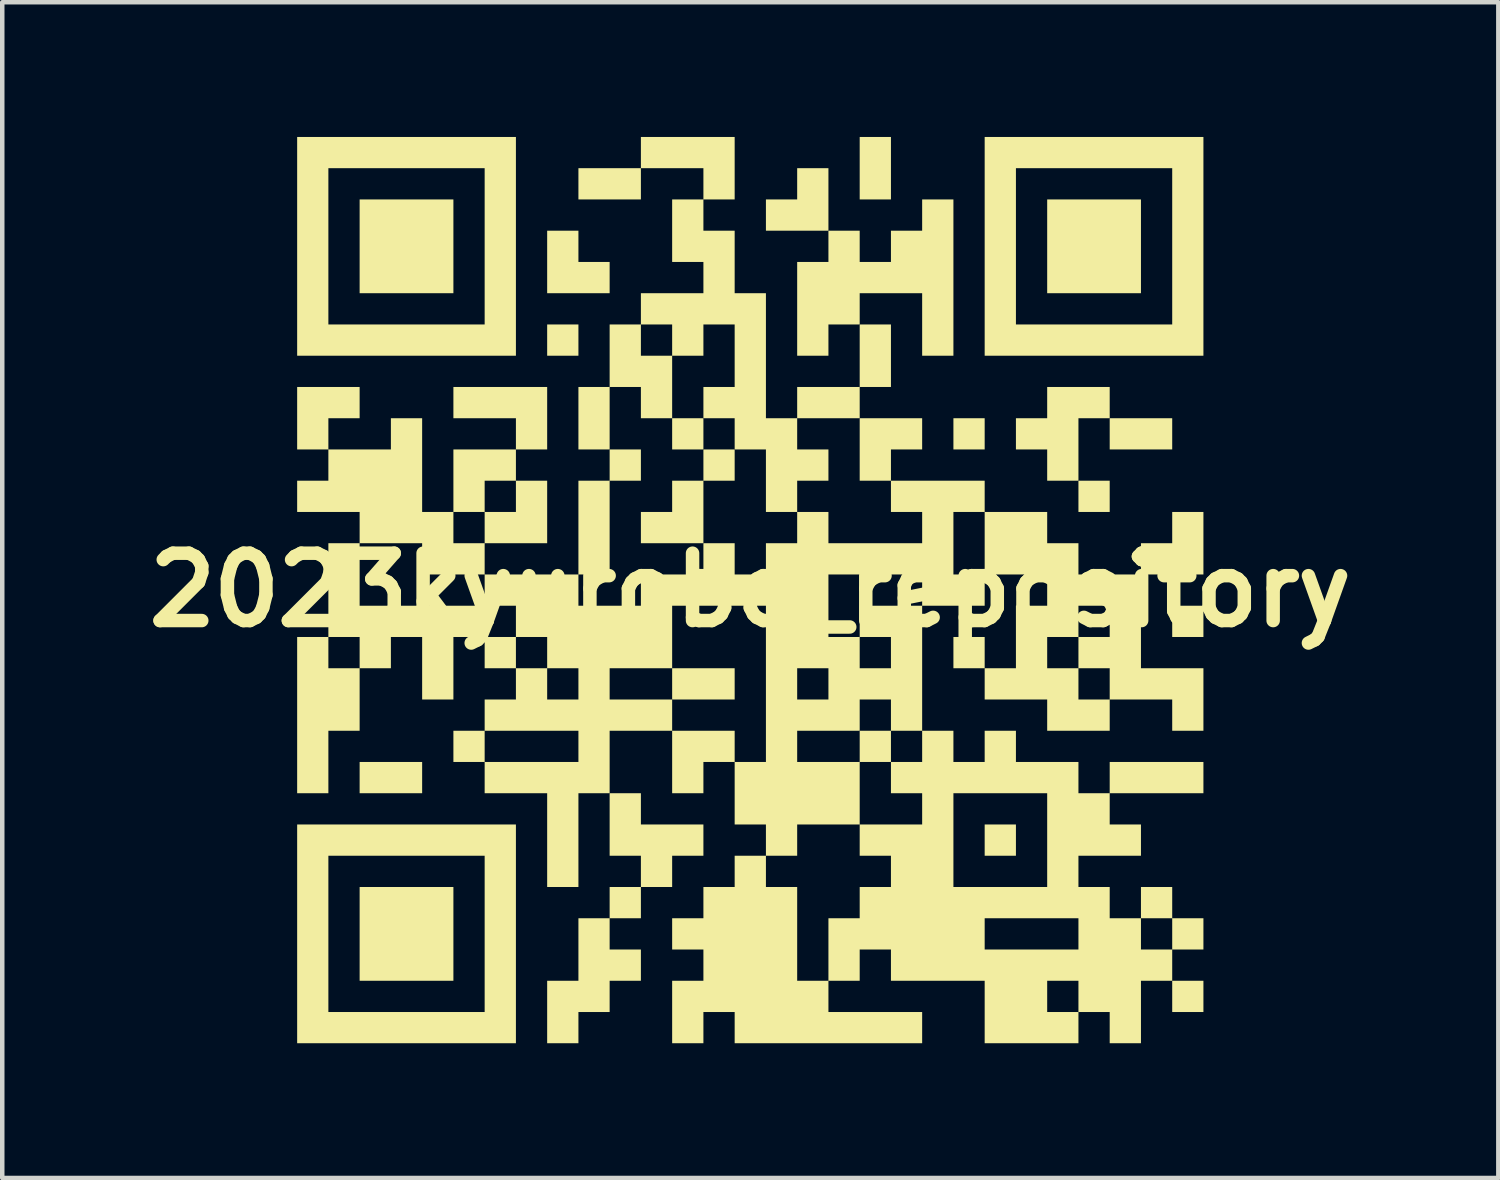
<source format=kicad_pcb>
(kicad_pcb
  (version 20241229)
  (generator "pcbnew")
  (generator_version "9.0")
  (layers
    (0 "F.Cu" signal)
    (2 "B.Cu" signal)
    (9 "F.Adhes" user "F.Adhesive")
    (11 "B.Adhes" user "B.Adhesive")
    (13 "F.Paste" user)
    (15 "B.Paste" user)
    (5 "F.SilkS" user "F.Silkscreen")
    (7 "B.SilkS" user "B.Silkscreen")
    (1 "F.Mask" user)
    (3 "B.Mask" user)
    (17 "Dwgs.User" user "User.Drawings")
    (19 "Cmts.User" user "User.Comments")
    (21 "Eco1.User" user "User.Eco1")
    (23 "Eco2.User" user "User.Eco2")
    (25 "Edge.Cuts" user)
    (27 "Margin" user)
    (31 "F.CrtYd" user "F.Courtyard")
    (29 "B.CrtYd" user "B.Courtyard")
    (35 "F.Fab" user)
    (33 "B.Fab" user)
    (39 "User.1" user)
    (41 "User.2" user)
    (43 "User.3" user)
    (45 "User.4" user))
  (footprint "2023kyurobo_repository"
    (layer "F.Cu")
    (at 13.657 10.09)
    (property "Reference" "2023kyurobo_repository" (at 0 0 0) (layer "F.SilkS") (effects (font (size 1.5 1.5) (thickness 0.3))))
    (attr board_only exclude_from_pos_files exclude_from_bom)
    (fp_poly (pts (xy -7.307 4.175) (xy -7.307 4.523) (xy -8.003 4.523) (xy -8.699 4.523) (xy -8.699 4.175) (xy -8.699 3.827) (xy -8.003 3.827) (xy -7.307 3.827)) (stroke (width 0) (type solid)) (fill yes) (layer "F.SilkS"))
    (fp_poly (pts (xy -6.611 -7.655) (xy -6.611 -6.611) (xy -7.655 -6.611) (xy -8.699 -6.611) (xy -8.699 -7.655) (xy -8.699 -8.699) (xy -7.655 -8.699) (xy -6.611 -8.699)) (stroke (width 0) (type solid)) (fill yes) (layer "F.SilkS"))
    (fp_poly (pts (xy -6.611 7.655) (xy -6.611 8.699) (xy -7.655 8.699) (xy -8.699 8.699) (xy -8.699 7.655) (xy -8.699 6.611) (xy -7.655 6.611) (xy -6.611 6.611)) (stroke (width 0) (type solid)) (fill yes) (layer "F.SilkS"))
    (fp_poly (pts (xy -3.827 -5.567) (xy -3.827 -5.219) (xy -4.175 -5.219) (xy -4.523 -5.219) (xy -4.523 -5.567) (xy -4.523 -5.915) (xy -4.175 -5.915) (xy -3.827 -5.915)) (stroke (width 0) (type solid)) (fill yes) (layer "F.SilkS"))
    (fp_poly (pts (xy -1.044 -3.479) (xy -1.044 -3.132) (xy -1.392 -3.132) (xy -1.74 -3.132) (xy -1.74 -3.479) (xy -1.74 -3.827) (xy -1.392 -3.827) (xy -1.044 -3.827)) (stroke (width 0) (type solid)) (fill yes) (layer "F.SilkS"))
    (fp_poly (pts (xy -0.348 2.088) (xy -0.348 2.436) (xy -1.044 2.436) (xy -1.74 2.436) (xy -1.74 2.088) (xy -1.74 1.74) (xy -1.044 1.74) (xy -0.348 1.74)) (stroke (width 0) (type solid)) (fill yes) (layer "F.SilkS"))
    (fp_poly (pts (xy 3.132 -9.395) (xy 3.132 -8.699) (xy 2.784 -8.699) (xy 2.436 -8.699) (xy 2.436 -9.395) (xy 2.436 -10.09) (xy 2.784 -10.09) (xy 3.132 -10.09)) (stroke (width 0) (type solid)) (fill yes) (layer "F.SilkS"))
    (fp_poly (pts (xy 3.132 3.479) (xy 3.132 3.827) (xy 2.784 3.827) (xy 2.436 3.827) (xy 2.436 3.479) (xy 2.436 3.132) (xy 2.784 3.132) (xy 3.132 3.132)) (stroke (width 0) (type solid)) (fill yes) (layer "F.SilkS"))
    (fp_poly (pts (xy 5.219 -3.479) (xy 5.219 -3.132) (xy 4.871 -3.132) (xy 4.523 -3.132) (xy 4.523 -3.479) (xy 4.523 -3.827) (xy 4.871 -3.827) (xy 5.219 -3.827)) (stroke (width 0) (type solid)) (fill yes) (layer "F.SilkS"))
    (fp_poly (pts (xy 5.915 5.567) (xy 5.915 5.915) (xy 5.567 5.915) (xy 5.219 5.915) (xy 5.219 5.567) (xy 5.219 5.219) (xy 5.567 5.219) (xy 5.915 5.219)) (stroke (width 0) (type solid)) (fill yes) (layer "F.SilkS"))
    (fp_poly (pts (xy 8.003 -2.088) (xy 8.003 -1.74) (xy 7.655 -1.74) (xy 7.307 -1.74) (xy 7.307 -2.088) (xy 7.307 -2.436) (xy 7.655 -2.436) (xy 8.003 -2.436)) (stroke (width 0) (type solid)) (fill yes) (layer "F.SilkS"))
    (fp_poly (pts (xy 8.699 -7.655) (xy 8.699 -6.611) (xy 7.655 -6.611) (xy 6.611 -6.611) (xy 6.611 -7.655) (xy 6.611 -8.699) (xy 7.655 -8.699) (xy 8.699 -8.699)) (stroke (width 0) (type solid)) (fill yes) (layer "F.SilkS"))
    (fp_poly (pts (xy 9.395 -3.479) (xy 9.395 -3.132) (xy 8.699 -3.132) (xy 8.003 -3.132) (xy 8.003 -3.479) (xy 8.003 -3.827) (xy 8.699 -3.827) (xy 9.395 -3.827)) (stroke (width 0) (type solid)) (fill yes) (layer "F.SilkS"))
    (fp_poly (pts (xy 10.09 0.696) (xy 10.09 1.044) (xy 9.742 1.044) (xy 9.395 1.044) (xy 9.395 0.696) (xy 9.395 0.348) (xy 9.742 0.348) (xy 10.09 0.348)) (stroke (width 0) (type solid)) (fill yes) (layer "F.SilkS"))
    (fp_poly (pts (xy 10.09 9.047) (xy 10.09 9.395) (xy 9.742 9.395) (xy 9.395 9.395) (xy 9.395 9.047) (xy 9.395 8.699) (xy 9.742 8.699) (xy 10.09 8.699)) (stroke (width 0) (type solid)) (fill yes) (layer "F.SilkS"))
    (fp_poly (pts (xy -3.827 -7.655) (xy -3.827 -7.307) (xy -3.479 -7.307) (xy -3.132 -7.307) (xy -3.132 -6.959) (xy -3.132 -6.611) (xy -3.827 -6.611) (xy -4.523 -6.611) (xy -4.523 -7.307) (xy -4.523 -8.003) (xy -4.175 -8.003) (xy -3.827 -8.003)) (stroke (width 0) (type solid)) (fill yes) (layer "F.SilkS"))
    (fp_poly (pts (xy 1.74 -8.699) (xy 1.74 -8.003) (xy 1.044 -8.003) (xy 0.348 -8.003) (xy 0.348 -8.351) (xy 0.348 -8.699) (xy 0.696 -8.699) (xy 1.044 -8.699) (xy 1.044 -9.047) (xy 1.044 -9.395) (xy 1.392 -9.395) (xy 1.74 -9.395)) (stroke (width 0) (type solid)) (fill yes) (layer "F.SilkS"))
    (fp_poly (pts (xy 3.827 -3.479) (xy 3.827 -3.132) (xy 3.479 -3.132) (xy 3.132 -3.132) (xy 3.132 -2.784) (xy 3.132 -2.436) (xy 2.784 -2.436) (xy 2.436 -2.436) (xy 2.436 -3.132) (xy 2.436 -3.827) (xy 3.132 -3.827) (xy 3.827 -3.827)) (stroke (width 0) (type solid)) (fill yes) (layer "F.SilkS"))
    (fp_poly (pts (xy -5.219 -7.655) (xy -5.219 -5.219) (xy -7.655 -5.219) (xy -10.09 -5.219) (xy -10.09 -7.655) (xy -10.09 -9.395) (xy -9.395 -9.395) (xy -9.395 -7.655) (xy -9.395 -5.915) (xy -7.655 -5.915) (xy -5.915 -5.915) (xy -5.915 -7.655) (xy -5.915 -9.395) (xy -7.655 -9.395) (xy -9.395 -9.395) (xy -10.09 -9.395) (xy -10.09 -10.09) (xy -7.655 -10.09) (xy -5.219 -10.09)) (stroke (width 0) (type solid)) (fill yes) (layer "F.SilkS"))
    (fp_poly (pts (xy -5.219 7.655) (xy -5.219 10.09) (xy -7.655 10.09) (xy -10.09 10.09) (xy -10.09 7.655) (xy -10.09 5.915) (xy -9.395 5.915) (xy -9.395 7.655) (xy -9.395 9.395) (xy -7.655 9.395) (xy -5.915 9.395) (xy -5.915 7.655) (xy -5.915 5.915) (xy -7.655 5.915) (xy -9.395 5.915) (xy -10.09 5.915) (xy -10.09 5.219) (xy -7.655 5.219) (xy -5.219 5.219)) (stroke (width 0) (type solid)) (fill yes) (layer "F.SilkS"))
    (fp_poly (pts (xy 10.09 -7.655) (xy 10.09 -5.219) (xy 7.655 -5.219) (xy 5.219 -5.219) (xy 5.219 -7.655) (xy 5.219 -9.395) (xy 5.915 -9.395) (xy 5.915 -7.655) (xy 5.915 -5.915) (xy 7.655 -5.915) (xy 9.395 -5.915) (xy 9.395 -7.655) (xy 9.395 -9.395) (xy 7.655 -9.395) (xy 5.915 -9.395) (xy 5.219 -9.395) (xy 5.219 -10.09) (xy 7.655 -10.09) (xy 10.09 -10.09)) (stroke (width 0) (type solid)) (fill yes) (layer "F.SilkS"))
    (fp_poly (pts (xy -0.348 -2.784) (xy -0.348 -2.436) (xy -0.696 -2.436) (xy -1.044 -2.436) (xy -1.044 -1.74) (xy -1.044 -1.044) (xy -1.74 -1.044) (xy -2.436 -1.044) (xy -2.436 -1.392) (xy -2.436 -1.74) (xy -2.088 -1.74) (xy -1.74 -1.74) (xy -1.74 -2.088) (xy -1.74 -2.436) (xy -1.392 -2.436) (xy -1.044 -2.436) (xy -1.044 -2.784) (xy -1.044 -3.132) (xy -0.696 -3.132) (xy -0.348 -3.132)) (stroke (width 0) (type solid)) (fill yes) (layer "F.SilkS"))
    (fp_poly (pts (xy 8.003 -4.175) (xy 8.003 -3.827) (xy 7.655 -3.827) (xy 7.307 -3.827) (xy 7.307 -3.132) (xy 7.307 -2.436) (xy 6.959 -2.436) (xy 6.611 -2.436) (xy 6.611 -2.784) (xy 6.611 -3.132) (xy 6.263 -3.132) (xy 5.915 -3.132) (xy 5.915 -3.479) (xy 5.915 -3.827) (xy 6.263 -3.827) (xy 6.611 -3.827) (xy 6.611 -4.175) (xy 6.611 -4.523) (xy 7.307 -4.523) (xy 8.003 -4.523)) (stroke (width 0) (type solid)) (fill yes) (layer "F.SilkS"))
    (fp_poly (pts (xy 4.523 -6.959) (xy 4.523 -5.219) (xy 4.175 -5.219) (xy 3.827 -5.219) (xy 3.827 -5.915) (xy 3.827 -6.611) (xy 3.132 -6.611) (xy 2.436 -6.611) (xy 2.436 -6.263) (xy 2.436 -5.915) (xy 2.088 -5.915) (xy 1.74 -5.915) (xy 1.74 -5.567) (xy 1.74 -5.219) (xy 1.392 -5.219) (xy 1.044 -5.219) (xy 1.044 -6.263) (xy 1.044 -7.307) (xy 1.392 -7.307) (xy 1.74 -7.307) (xy 1.74 -7.655) (xy 1.74 -8.003) (xy 2.088 -8.003) (xy 2.436 -8.003) (xy 2.436 -7.655) (xy 2.436 -7.307) (xy 2.784 -7.307) (xy 3.132 -7.307) (xy 3.132 -7.655) (xy 3.132 -8.003) (xy 3.479 -8.003) (xy 3.827 -8.003) (xy 3.827 -8.351) (xy 3.827 -8.699) (xy 4.175 -8.699) (xy 4.523 -8.699)) (stroke (width 0) (type solid)) (fill yes) (layer "F.SilkS"))
    (fp_poly (pts (xy -2.436 4.871) (xy -2.436 5.219) (xy -1.74 5.219) (xy -1.044 5.219) (xy -1.044 5.567) (xy -1.044 5.915) (xy -1.392 5.915) (xy -1.74 5.915) (xy -1.74 6.263) (xy -1.74 6.611) (xy -2.088 6.611) (xy -2.436 6.611) (xy -2.436 6.959) (xy -2.436 7.307) (xy -2.784 7.307) (xy -3.132 7.307) (xy -3.132 7.655) (xy -3.132 8.003) (xy -2.784 8.003) (xy -2.436 8.003) (xy -2.436 8.351) (xy -2.436 8.699) (xy -2.784 8.699) (xy -3.132 8.699) (xy -3.132 9.047) (xy -3.132 9.395) (xy -3.479 9.395) (xy -3.827 9.395) (xy -3.827 9.742) (xy -3.827 10.09) (xy -4.175 10.09) (xy -4.523 10.09) (xy -4.523 9.395) (xy -4.523 8.699) (xy -4.175 8.699) (xy -3.827 8.699) (xy -3.827 8.003) (xy -3.827 7.307) (xy -3.479 7.307) (xy -3.132 7.307) (xy -3.132 6.959) (xy -3.132 6.611) (xy -2.784 6.611) (xy -2.436 6.611) (xy -2.436 6.263) (xy -2.436 5.915) (xy -2.784 5.915) (xy -3.132 5.915) (xy -3.132 5.219) (xy -3.132 4.523) (xy -2.784 4.523) (xy -2.436 4.523)) (stroke (width 0) (type solid)) (fill yes) (layer "F.SilkS"))
    (fp_poly (pts (xy -0.348 -9.395) (xy -0.348 -8.699) (xy -0.696 -8.699) (xy -1.044 -8.699) (xy -1.044 -8.351) (xy -1.044 -8.003) (xy -0.696 -8.003) (xy -0.348 -8.003) (xy -0.348 -7.307) (xy -0.348 -6.611) (xy 0 -6.611) (xy 0.348 -6.611) (xy 0.348 -5.219) (xy 0.348 -3.827) (xy 0.696 -3.827) (xy 1.044 -3.827) (xy 1.044 -4.175) (xy 1.044 -4.523) (xy 1.74 -4.523) (xy 2.436 -4.523) (xy 2.436 -5.219) (xy 2.436 -5.915) (xy 2.784 -5.915) (xy 3.132 -5.915) (xy 3.132 -5.219) (xy 3.132 -4.523) (xy 2.784 -4.523) (xy 2.436 -4.523) (xy 2.436 -4.175) (xy 2.436 -3.827) (xy 1.74 -3.827) (xy 1.044 -3.827) (xy 1.044 -3.479) (xy 1.044 -3.132) (xy 1.392 -3.132) (xy 1.74 -3.132) (xy 1.74 -2.784) (xy 1.74 -2.436) (xy 1.392 -2.436) (xy 1.044 -2.436) (xy 1.044 -2.088) (xy 1.044 -1.74) (xy 0.696 -1.74) (xy 0.348 -1.74) (xy 0.348 -2.436) (xy 0.348 -3.132) (xy 0 -3.132) (xy -0.348 -3.132) (xy -0.348 -3.479) (xy -0.348 -3.827) (xy -0.696 -3.827) (xy -1.044 -3.827) (xy -1.044 -4.175) (xy -1.044 -4.523) (xy -0.696 -4.523) (xy -0.348 -4.523) (xy -0.348 -5.219) (xy -0.348 -5.915) (xy -0.696 -5.915) (xy -1.044 -5.915) (xy -1.044 -5.567) (xy -1.044 -5.219) (xy -1.392 -5.219) (xy -1.74 -5.219) (xy -1.74 -5.567) (xy -1.74 -5.915) (xy -2.088 -5.915) (xy -2.436 -5.915) (xy -2.436 -5.567) (xy -2.436 -5.219) (xy -2.088 -5.219) (xy -1.74 -5.219) (xy -1.74 -4.523) (xy -1.74 -3.827) (xy -2.088 -3.827) (xy -2.436 -3.827) (xy -2.436 -4.175) (xy -2.436 -4.523) (xy -2.784 -4.523) (xy -3.132 -4.523) (xy -3.132 -3.827) (xy -3.132 -3.132) (xy -3.479 -3.132) (xy -3.827 -3.132) (xy -3.827 -3.827) (xy -3.827 -4.523) (xy -3.479 -4.523) (xy -3.132 -4.523) (xy -3.132 -5.219) (xy -3.132 -5.915) (xy -2.784 -5.915) (xy -2.436 -5.915) (xy -2.436 -6.263) (xy -2.436 -6.611) (xy -1.74 -6.611) (xy -1.044 -6.611) (xy -1.044 -6.959) (xy -1.044 -7.307) (xy -1.392 -7.307) (xy -1.74 -7.307) (xy -1.74 -8.003) (xy -1.74 -8.699) (xy -1.392 -8.699) (xy -1.044 -8.699) (xy -1.044 -9.047) (xy -1.044 -9.395) (xy -1.74 -9.395) (xy -2.436 -9.395) (xy -2.436 -9.047) (xy -2.436 -8.699) (xy -3.132 -8.699) (xy -3.827 -8.699) (xy -3.827 -9.047) (xy -3.827 -9.395) (xy -3.132 -9.395) (xy -2.436 -9.395) (xy -2.436 -9.742) (xy -2.436 -10.09) (xy -1.392 -10.09) (xy -0.348 -10.09)) (stroke (width 0) (type solid)) (fill yes) (layer "F.SilkS"))
    (fp_poly (pts (xy -8.699 -4.175) (xy -8.699 -3.827) (xy -9.047 -3.827) (xy -9.395 -3.827) (xy -9.395 -3.479) (xy -9.395 -3.132) (xy -8.699 -3.132) (xy -8.003 -3.132) (xy -8.003 -3.479) (xy -8.003 -3.827) (xy -7.655 -3.827) (xy -7.307 -3.827) (xy -7.307 -2.784) (xy -7.307 -1.74) (xy -6.959 -1.74) (xy -6.611 -1.74) (xy -6.611 -2.436) (xy -6.611 -3.132) (xy -5.915 -3.132) (xy -5.219 -3.132) (xy -5.219 -3.479) (xy -5.219 -3.827) (xy -5.915 -3.827) (xy -6.611 -3.827) (xy -6.611 -4.175) (xy -6.611 -4.523) (xy -5.567 -4.523) (xy -4.523 -4.523) (xy -4.523 -3.827) (xy -4.523 -3.132) (xy -4.871 -3.132) (xy -5.219 -3.132) (xy -5.219 -2.784) (xy -5.219 -2.436) (xy -5.567 -2.436) (xy -5.915 -2.436) (xy -5.915 -2.088) (xy -5.915 -1.74) (xy -6.263 -1.74) (xy -6.611 -1.74) (xy -6.611 -1.392) (xy -6.611 -1.044) (xy -6.263 -1.044) (xy -5.915 -1.044) (xy -5.915 -1.392) (xy -5.915 -1.74) (xy -5.567 -1.74) (xy -5.219 -1.74) (xy -5.219 -2.088) (xy -5.219 -2.436) (xy -4.871 -2.436) (xy -4.523 -2.436) (xy -4.523 -1.74) (xy -4.523 -1.044) (xy -5.219 -1.044) (xy -5.915 -1.044) (xy -5.915 -0.696) (xy -5.915 -0.348) (xy -4.871 -0.348) (xy -3.827 -0.348) (xy -3.827 -1.392) (xy -3.827 -2.436) (xy -3.479 -2.436) (xy -3.132 -2.436) (xy -3.132 -2.784) (xy -3.132 -3.132) (xy -2.784 -3.132) (xy -2.436 -3.132) (xy -2.436 -2.784) (xy -2.436 -2.436) (xy -2.784 -2.436) (xy -3.132 -2.436) (xy -3.132 -1.392) (xy -3.132 -0.348) (xy -3.479 -0.348) (xy -3.827 -0.348) (xy -3.827 0) (xy -3.827 0.348) (xy -3.132 0.348) (xy -2.436 0.348) (xy -2.436 0) (xy -2.436 -0.348) (xy -1.74 -0.348) (xy -1.044 -0.348) (xy -1.044 -0.696) (xy -1.044 -1.044) (xy -0.696 -1.044) (xy -0.348 -1.044) (xy -0.348 -0.696) (xy -0.348 -0.348) (xy 0 -0.348) (xy 0.348 -0.348) (xy 1.74 -0.348) (xy 1.74 0.348) (xy 1.74 1.044) (xy 2.088 1.044) (xy 2.436 1.044) (xy 2.436 1.392) (xy 2.436 1.74) (xy 2.784 1.74) (xy 3.132 1.74) (xy 3.132 1.392) (xy 3.132 1.044) (xy 2.784 1.044) (xy 2.436 1.044) (xy 2.436 0.696) (xy 2.436 0.348) (xy 3.132 0.348) (xy 3.827 0.348) (xy 3.827 0) (xy 3.827 -0.348) (xy 2.784 -0.348) (xy 1.74 -0.348) (xy 0.348 -0.348) (xy 0.348 -0.696) (xy 0.348 -1.044) (xy 0.696 -1.044) (xy 1.044 -1.044) (xy 1.044 -1.392) (xy 1.044 -1.74) (xy 1.392 -1.74) (xy 1.74 -1.74) (xy 1.74 -1.392) (xy 1.74 -1.044) (xy 2.784 -1.044) (xy 3.827 -1.044) (xy 3.827 -1.392) (xy 3.827 -1.74) (xy 3.479 -1.74) (xy 3.132 -1.74) (xy 3.132 -2.088) (xy 3.132 -2.436) (xy 4.175 -2.436) (xy 5.219 -2.436) (xy 5.219 -2.088) (xy 5.219 -1.74) (xy 4.871 -1.74) (xy 4.523 -1.74) (xy 4.523 -1.044) (xy 4.523 -0.348) (xy 4.871 -0.348) (xy 5.219 -0.348) (xy 5.219 -1.044) (xy 5.219 -1.74) (xy 5.915 -1.74) (xy 6.611 -1.74) (xy 6.611 -1.392) (xy 6.611 -1.044) (xy 6.959 -1.044) (xy 7.307 -1.044) (xy 7.307 -0.696) (xy 7.307 -0.348) (xy 8.003 -0.348) (xy 8.699 -0.348) (xy 8.699 -0.696) (xy 8.699 -1.044) (xy 9.047 -1.044) (xy 9.395 -1.044) (xy 9.395 -1.392) (xy 9.395 -1.74) (xy 9.742 -1.74) (xy 10.09 -1.74) (xy 10.09 -1.044) (xy 10.09 -0.348) (xy 9.395 -0.348) (xy 8.699 -0.348) (xy 8.699 0.696) (xy 8.699 1.74) (xy 9.395 1.74) (xy 10.09 1.74) (xy 10.09 2.436) (xy 10.09 3.132) (xy 9.742 3.132) (xy 9.395 3.132) (xy 9.395 2.784) (xy 9.395 2.436) (xy 8.699 2.436) (xy 8.003 2.436) (xy 8.003 2.784) (xy 8.003 3.132) (xy 7.307 3.132) (xy 6.611 3.132) (xy 6.611 2.784) (xy 6.611 2.436) (xy 5.915 2.436) (xy 5.219 2.436) (xy 5.219 2.088) (xy 5.219 1.74) (xy 4.871 1.74) (xy 4.523 1.74) (xy 4.523 1.392) (xy 4.523 1.044) (xy 4.871 1.044) (xy 5.219 1.044) (xy 5.219 1.392) (xy 5.219 1.74) (xy 5.567 1.74) (xy 5.915 1.74) (xy 6.611 1.74) (xy 6.959 1.74) (xy 7.307 1.74) (xy 7.307 2.088) (xy 7.307 2.436) (xy 7.655 2.436) (xy 8.003 2.436) (xy 8.003 2.088) (xy 8.003 1.74) (xy 7.655 1.74) (xy 7.307 1.74) (xy 7.307 1.392) (xy 7.307 1.044) (xy 7.655 1.044) (xy 8.003 1.044) (xy 8.003 0.696) (xy 8.003 0.348) (xy 7.655 0.348) (xy 7.307 0.348) (xy 7.307 0.696) (xy 7.307 1.044) (xy 6.959 1.044) (xy 6.611 1.044) (xy 6.611 1.392) (xy 6.611 1.74) (xy 5.915 1.74) (xy 5.915 1.044) (xy 5.915 0.348) (xy 6.263 0.348) (xy 6.611 0.348) (xy 6.611 0) (xy 6.611 -0.348) (xy 5.915 -0.348) (xy 5.219 -0.348) (xy 5.219 0) (xy 5.219 0.348) (xy 4.523 0.348) (xy 3.827 0.348) (xy 3.827 1.74) (xy 3.827 3.132) (xy 3.479 3.132) (xy 3.132 3.132) (xy 3.132 2.784) (xy 3.132 2.436) (xy 2.784 2.436) (xy 2.436 2.436) (xy 2.436 2.784) (xy 2.436 3.132) (xy 1.74 3.132) (xy 1.044 3.132) (xy 1.044 3.479) (xy 1.044 3.827) (xy 1.74 3.827) (xy 2.436 3.827) (xy 2.436 4.523) (xy 2.436 5.219) (xy 1.74 5.219) (xy 1.044 5.219) (xy 1.044 5.567) (xy 1.044 5.915) (xy 0.696 5.915) (xy 0.348 5.915) (xy 0.348 6.263) (xy 0.348 6.611) (xy 0.696 6.611) (xy 1.044 6.611) (xy 1.044 7.655) (xy 1.044 8.699) (xy 1.392 8.699) (xy 1.74 8.699) (xy 1.74 8.003) (xy 1.74 7.307) (xy 2.088 7.307) (xy 2.436 7.307) (xy 5.219 7.307) (xy 5.219 7.655) (xy 5.219 8.003) (xy 6.263 8.003) (xy 7.307 8.003) (xy 7.307 7.655) (xy 7.307 7.307) (xy 6.263 7.307) (xy 5.219 7.307) (xy 2.436 7.307) (xy 2.436 6.959) (xy 2.436 6.611) (xy 2.784 6.611) (xy 3.132 6.611) (xy 3.132 6.263) (xy 3.132 5.915) (xy 2.784 5.915) (xy 2.436 5.915) (xy 2.436 5.567) (xy 2.436 5.219) (xy 3.132 5.219) (xy 3.827 5.219) (xy 3.827 4.871) (xy 3.827 4.523) (xy 4.523 4.523) (xy 4.523 5.567) (xy 4.523 6.611) (xy 5.567 6.611) (xy 6.611 6.611) (xy 6.611 5.567) (xy 6.611 4.523) (xy 5.567 4.523) (xy 4.523 4.523) (xy 3.827 4.523) (xy 3.479 4.523) (xy 3.132 4.523) (xy 3.132 4.175) (xy 3.132 3.827) (xy 3.479 3.827) (xy 3.827 3.827) (xy 3.827 3.479) (xy 3.827 3.132) (xy 4.175 3.132) (xy 4.523 3.132) (xy 4.523 3.479) (xy 4.523 3.827) (xy 4.871 3.827) (xy 5.219 3.827) (xy 5.219 3.479) (xy 5.219 3.132) (xy 5.567 3.132) (xy 5.915 3.132) (xy 5.915 3.479) (xy 5.915 3.827) (xy 6.611 3.827) (xy 7.307 3.827) (xy 7.307 4.175) (xy 7.307 4.523) (xy 7.655 4.523) (xy 8.003 4.523) (xy 8.003 4.175) (xy 8.003 3.827) (xy 9.047 3.827) (xy 10.09 3.827) (xy 10.09 4.175) (xy 10.09 4.523) (xy 9.047 4.523) (xy 8.003 4.523) (xy 8.003 4.871) (xy 8.003 5.219) (xy 8.351 5.219) (xy 8.699 5.219) (xy 8.699 5.567) (xy 8.699 5.915) (xy 8.003 5.915) (xy 7.307 5.915) (xy 7.307 6.263) (xy 7.307 6.611) (xy 7.655 6.611) (xy 8.003 6.611) (xy 8.003 6.959) (xy 8.003 7.307) (xy 8.351 7.307) (xy 8.699 7.307) (xy 8.699 6.959) (xy 8.699 6.611) (xy 9.047 6.611) (xy 9.395 6.611) (xy 9.395 6.959) (xy 9.395 7.307) (xy 9.047 7.307) (xy 8.699 7.307) (xy 8.699 7.655) (xy 8.699 8.003) (xy 9.047 8.003) (xy 9.395 8.003) (xy 9.395 7.655) (xy 9.395 7.307) (xy 9.742 7.307) (xy 10.09 7.307) (xy 10.09 7.655) (xy 10.09 8.003) (xy 9.742 8.003) (xy 9.395 8.003) (xy 9.395 8.351) (xy 9.395 8.699) (xy 9.047 8.699) (xy 8.699 8.699) (xy 8.699 9.395) (xy 8.699 10.09) (xy 8.351 10.09) (xy 8.003 10.09) (xy 8.003 9.742) (xy 8.003 9.395) (xy 7.655 9.395) (xy 7.307 9.395) (xy 7.307 9.742) (xy 7.307 10.09) (xy 6.263 10.09) (xy 5.219 10.09) (xy 5.219 9.395) (xy 5.219 8.699) (xy 6.611 8.699) (xy 6.611 9.047) (xy 6.611 9.395) (xy 6.959 9.395) (xy 7.307 9.395) (xy 7.307 9.047) (xy 7.307 8.699) (xy 6.959 8.699) (xy 6.611 8.699) (xy 5.219 8.699) (xy 4.175 8.699) (xy 3.132 8.699) (xy 3.132 8.351) (xy 3.132 8.003) (xy 2.784 8.003) (xy 2.436 8.003) (xy 2.436 8.351) (xy 2.436 8.699) (xy 2.088 8.699) (xy 1.74 8.699) (xy 1.74 9.047) (xy 1.74 9.395) (xy 2.784 9.395) (xy 3.827 9.395) (xy 3.827 9.742) (xy 3.827 10.09) (xy 1.74 10.09) (xy -0.348 10.09) (xy -0.348 9.742) (xy -0.348 9.395) (xy -0.696 9.395) (xy -1.044 9.395) (xy -1.044 9.742) (xy -1.044 10.09) (xy -1.392 10.09) (xy -1.74 10.09) (xy -1.74 9.395) (xy -1.74 8.699) (xy -1.392 8.699) (xy -1.044 8.699) (xy -1.044 8.351) (xy -1.044 8.003) (xy -1.392 8.003) (xy -1.74 8.003) (xy -1.74 7.655) (xy -1.74 7.307) (xy -1.392 7.307) (xy -1.044 7.307) (xy -1.044 6.959) (xy -1.044 6.611) (xy -0.696 6.611) (xy -0.348 6.611) (xy -0.348 6.263) (xy -0.348 5.915) (xy 0 5.915) (xy 0.348 5.915) (xy 0.348 5.567) (xy 0.348 5.219) (xy 0 5.219) (xy -0.348 5.219) (xy -0.348 4.523) (xy -0.348 3.827) (xy -0.696 3.827) (xy -1.044 3.827) (xy -1.044 4.175) (xy -1.044 4.523) (xy -1.392 4.523) (xy -1.74 4.523) (xy -1.74 3.827) (xy -1.74 3.132) (xy -1.044 3.132) (xy -0.348 3.132) (xy -0.348 3.479) (xy -0.348 3.827) (xy 0 3.827) (xy 0.348 3.827) (xy 0.348 2.088) (xy 0.348 1.74) (xy 1.044 1.74) (xy 1.044 2.088) (xy 1.044 2.436) (xy 1.392 2.436) (xy 1.74 2.436) (xy 1.74 2.088) (xy 1.74 1.74) (xy 1.392 1.74) (xy 1.044 1.74) (xy 0.348 1.74) (xy 0.348 0.348) (xy -0.696 0.348) (xy -1.74 0.348) (xy -1.74 1.044) (xy -1.74 1.74) (xy -2.436 1.74) (xy -3.132 1.74) (xy -3.132 2.088) (xy -3.132 2.436) (xy -2.436 2.436) (xy -1.74 2.436) (xy -1.74 2.784) (xy -1.74 3.132) (xy -2.436 3.132) (xy -3.132 3.132) (xy -3.132 3.827) (xy -3.132 4.523) (xy -3.479 4.523) (xy -3.827 4.523) (xy -3.827 5.567) (xy -3.827 6.611) (xy -4.175 6.611) (xy -4.523 6.611) (xy -4.523 5.567) (xy -4.523 4.523) (xy -5.219 4.523) (xy -5.915 4.523) (xy -5.915 4.175) (xy -5.915 3.827) (xy -6.263 3.827) (xy -6.611 3.827) (xy -6.611 3.479) (xy -6.611 3.132) (xy -6.263 3.132) (xy -5.915 3.132) (xy -5.915 3.479) (xy -5.915 3.827) (xy -4.871 3.827) (xy -3.827 3.827) (xy -3.827 3.479) (xy -3.827 3.132) (xy -4.871 3.132) (xy -5.915 3.132) (xy -5.915 2.784) (xy -5.915 2.436) (xy -5.567 2.436) (xy -5.219 2.436) (xy -5.219 2.088) (xy -5.219 1.74) (xy -5.567 1.74) (xy -5.915 1.74) (xy -5.915 1.392) (xy -5.915 1.044) (xy -6.263 1.044) (xy -6.611 1.044) (xy -6.611 1.74) (xy -6.611 2.436) (xy -6.959 2.436) (xy -7.307 2.436) (xy -7.307 1.74) (xy -7.307 1.044) (xy -7.655 1.044) (xy -8.003 1.044) (xy -8.003 1.392) (xy -8.003 1.74) (xy -8.351 1.74) (xy -8.699 1.74) (xy -8.699 2.436) (xy -8.699 3.132) (xy -9.047 3.132) (xy -9.395 3.132) (xy -9.395 3.827) (xy -9.395 4.523) (xy -9.742 4.523) (xy -10.09 4.523) (xy -10.09 2.784) (xy -10.09 1.044) (xy -9.742 1.044) (xy -9.395 1.044) (xy -9.395 1.392) (xy -9.395 1.74) (xy -9.047 1.74) (xy -8.699 1.74) (xy -8.699 1.392) (xy -8.699 1.044) (xy -9.047 1.044) (xy -9.395 1.044) (xy -9.395 0) (xy -9.395 -1.044) (xy -9.047 -1.044) (xy -8.699 -1.044) (xy -8.699 -0.348) (xy -8.699 0.348) (xy -7.307 0.348) (xy -5.915 0.348) (xy -5.915 0.696) (xy -5.915 1.044) (xy -5.567 1.044) (xy -5.219 1.044) (xy -5.219 1.392) (xy -5.219 1.74) (xy -4.871 1.74) (xy -4.523 1.74) (xy -4.523 2.088) (xy -4.523 2.436) (xy -4.175 2.436) (xy -3.827 2.436) (xy -3.827 2.088) (xy -3.827 1.74) (xy -4.175 1.74) (xy -4.523 1.74) (xy -4.523 1.392) (xy -4.523 1.044) (xy -4.871 1.044) (xy -5.219 1.044) (xy -5.219 0.696) (xy -5.219 0.348) (xy -5.567 0.348) (xy -5.915 0.348) (xy -5.915 0) (xy -5.915 -0.348) (xy -6.611 -0.348) (xy -7.307 -0.348) (xy -7.307 -0.696) (xy -7.307 -1.044) (xy -8.003 -1.044) (xy -8.699 -1.044) (xy -8.699 -1.392) (xy -8.699 -1.74) (xy -9.395 -1.74) (xy -10.09 -1.74) (xy -10.09 -2.088) (xy -10.09 -2.436) (xy -9.742 -2.436) (xy -9.395 -2.436) (xy -9.395 -2.784) (xy -9.395 -3.132) (xy -9.742 -3.132) (xy -10.09 -3.132) (xy -10.09 -3.827) (xy -10.09 -4.523) (xy -9.395 -4.523) (xy -8.699 -4.523)) (stroke (width 0) (type solid)) (fill yes) (layer "F.SilkS")))
  (gr_rect
    (start -3 -3)
    (end 30.314 23.181)
    (stroke (width 0.1) (type default))
    (fill no)
    (layer "Edge.Cuts")))
</source>
